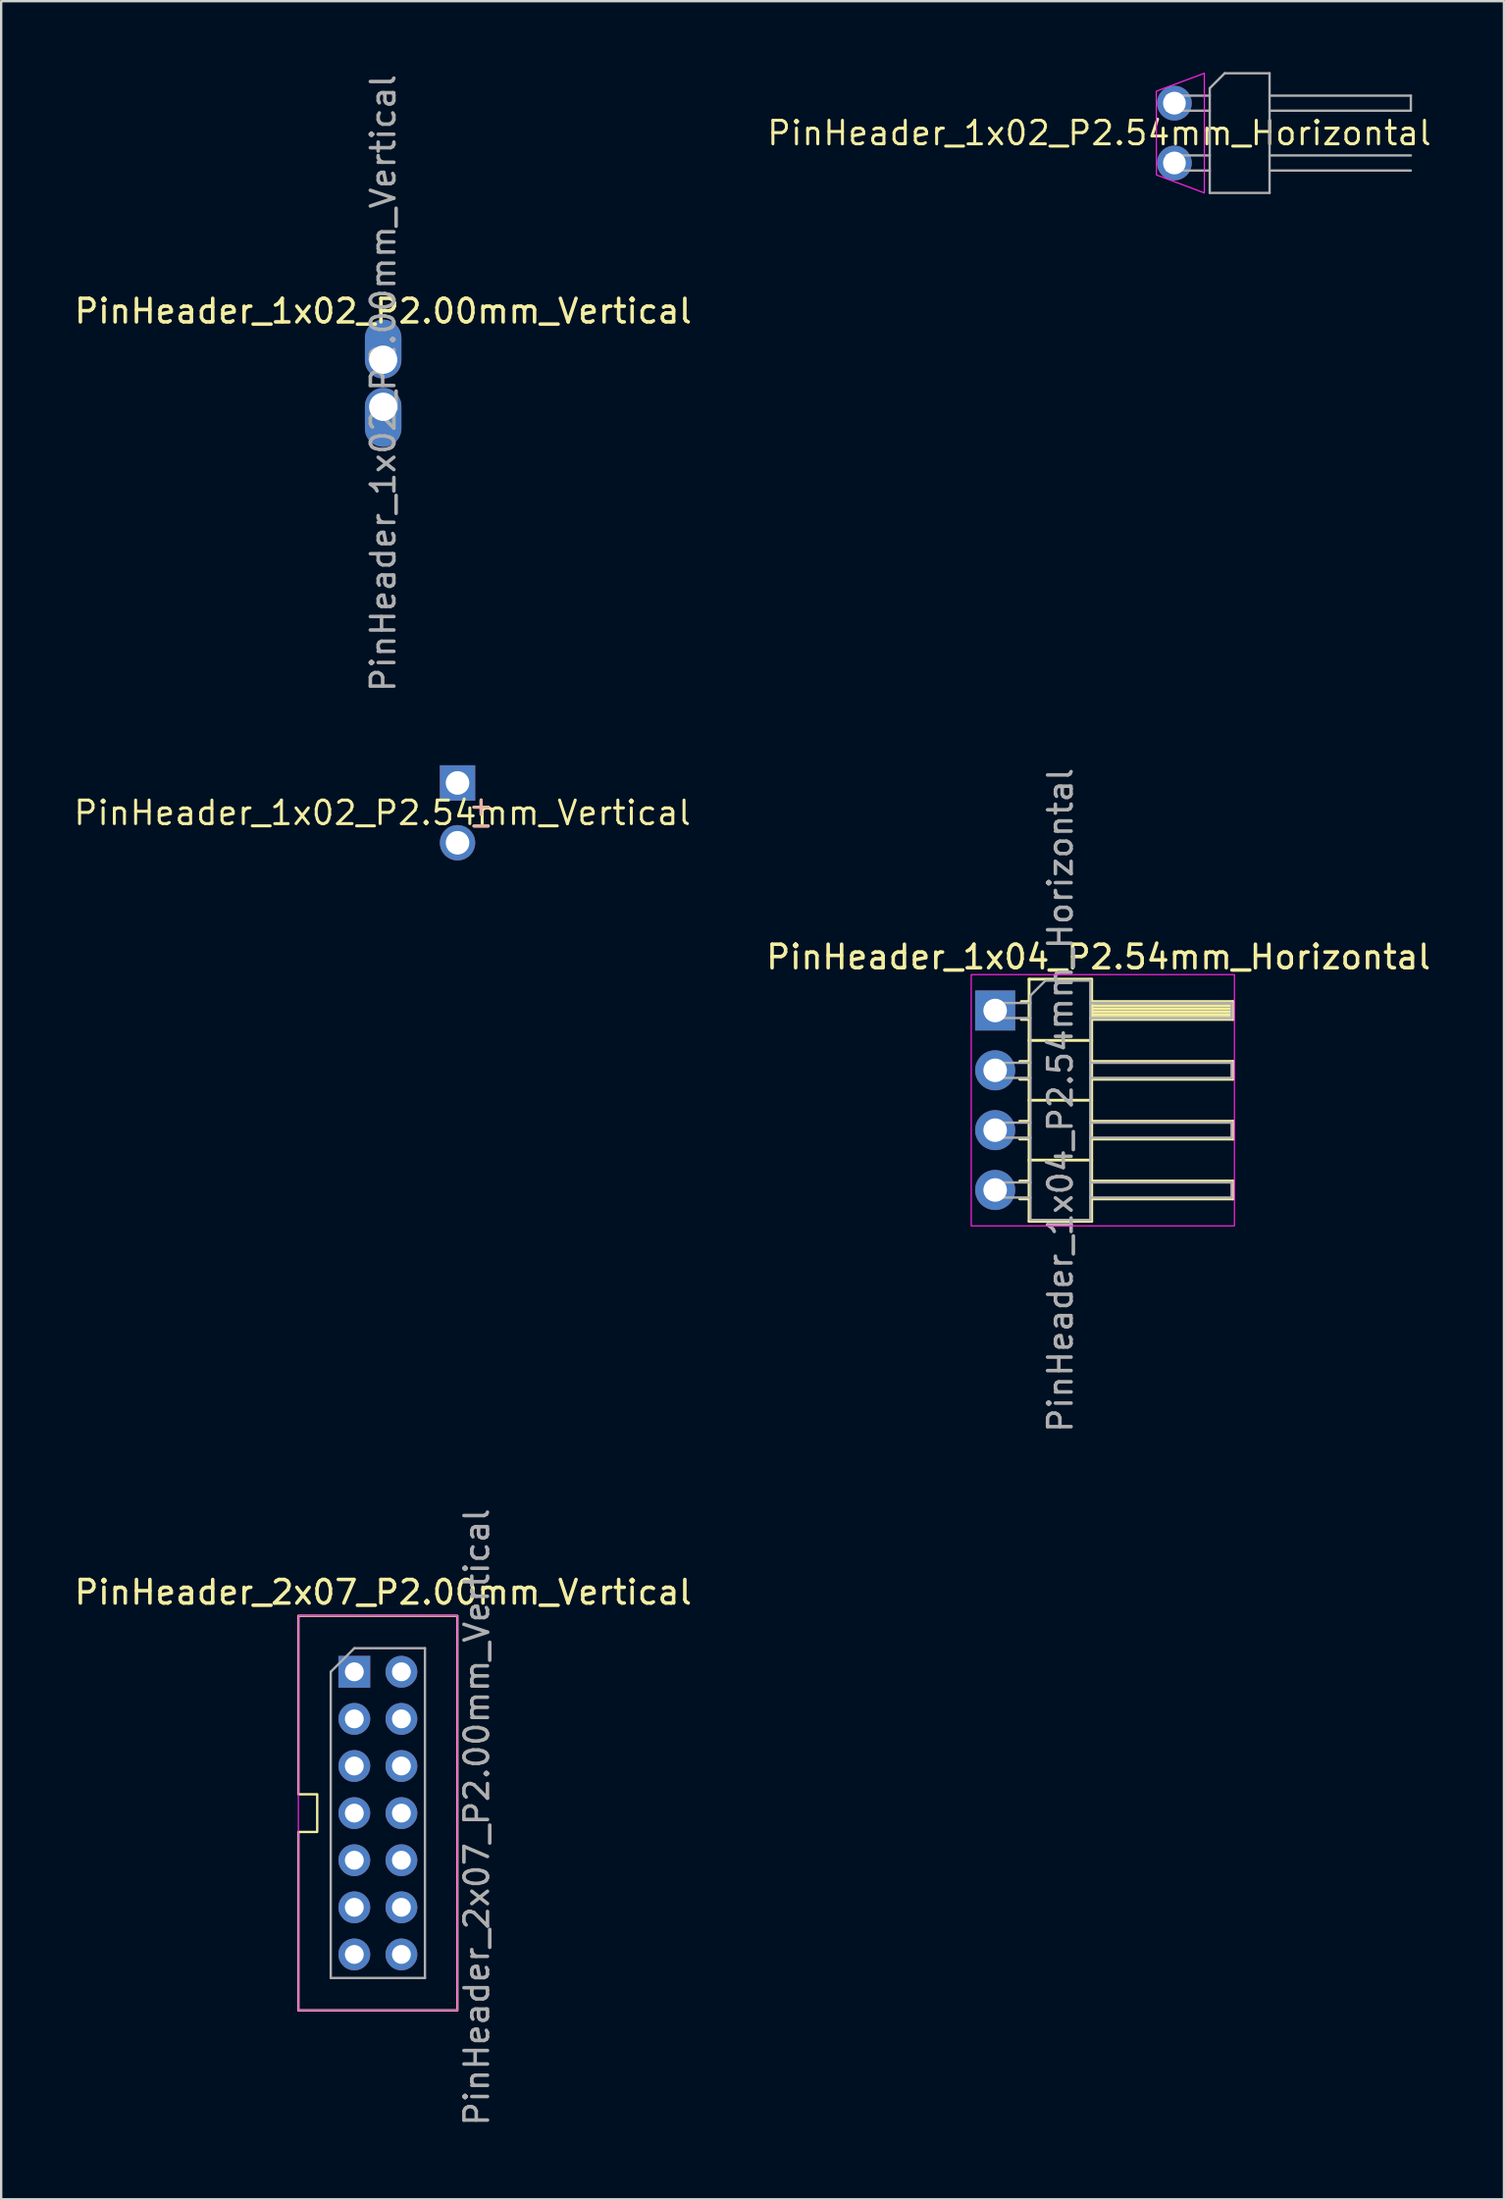
<source format=kicad_pcb>
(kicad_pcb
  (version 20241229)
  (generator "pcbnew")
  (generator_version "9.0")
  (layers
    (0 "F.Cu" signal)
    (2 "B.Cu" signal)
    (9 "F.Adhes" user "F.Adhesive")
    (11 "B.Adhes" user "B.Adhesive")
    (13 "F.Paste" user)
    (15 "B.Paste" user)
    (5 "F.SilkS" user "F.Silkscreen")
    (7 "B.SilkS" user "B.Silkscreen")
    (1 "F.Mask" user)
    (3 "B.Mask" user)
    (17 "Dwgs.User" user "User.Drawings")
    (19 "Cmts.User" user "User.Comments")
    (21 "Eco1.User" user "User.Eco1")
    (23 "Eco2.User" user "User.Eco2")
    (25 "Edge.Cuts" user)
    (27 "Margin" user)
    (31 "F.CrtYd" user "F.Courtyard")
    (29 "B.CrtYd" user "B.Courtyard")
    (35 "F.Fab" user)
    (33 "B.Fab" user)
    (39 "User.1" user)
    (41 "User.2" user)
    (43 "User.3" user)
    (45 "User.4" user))
  (footprint "PinHeader_1x02_P2.54mm_Vertical"
    (layer "F.Cu")
    (at 16.378 31.46)
    (property "Reference" "PinHeader_1x02_P2.54mm_Vertical" (at -3.192 0 180) (layer "F.SilkS") (effects (font (size 1 1) (thickness 0.127))))
    (attr through_hole)
    (fp_line (start -0.32 -1.59) (end -0.32 -0.95) (stroke (width 0.1) (type solid)) (layer "F.Fab"))
    (fp_line (start -0.32 0.95) (end -0.32 1.59) (stroke (width 0.1) (type solid)) (layer "F.Fab"))
    (fp_text user "-" (at 1 0.5 0) (unlocked yes) (layer "F.SilkS") (effects (font (size 0.8 0.8) (thickness 0.127))))
    (fp_text user "+" (at 1 -0.3 0) (unlocked yes) (layer "F.SilkS") (effects (font (size 0.8 0.8) (thickness 0.127))))
    (fp_text user "+" (at 1 -0.3 0) (unlocked yes) (layer "B.SilkS") (effects (font (size 0.8 0.8) (thickness 0.127)) (justify mirror)))
    (fp_text user "-" (at 1 0.5 0) (unlocked yes) (layer "B.SilkS") (effects (font (size 0.8 0.8) (thickness 0.127)) (justify mirror)))
    (pad "1" thru_hole rect (at 0 -1.27) (size 1.5 1.5) (drill 1) (layers "*.Cu" "*.Mask"))
    (pad "2" thru_hole oval (at 0 1.27) (size 1.5 1.5) (drill 1) (layers "*.Cu" "*.Mask")))
  (footprint "PinHeader_1x02_P2.54mm_Horizontal"
    (layer "F.Cu")
    (at 46.819 2.6)
    (property "Reference" "PinHeader_1x02_P2.54mm_Horizontal" (at -3.192 0 180) (layer "F.SilkS") (effects (font (size 1 1) (thickness 0.127))))
    (attr through_hole)
    (fp_poly (pts (xy -0.77 -1.778) (xy 1.27 -2.54) (xy 1.27 2.54) (xy -0.762 1.778)) (stroke (width 0.05) (type solid)) (fill no) (layer "F.CrtYd"))
    (fp_line (start -0.32 -1.59) (end -0.32 -0.95) (stroke (width 0.1) (type solid)) (layer "F.Fab"))
    (fp_line (start -0.32 -1.59) (end 1.5 -1.59) (stroke (width 0.1) (type solid)) (layer "F.Fab"))
    (fp_line (start -0.32 -0.95) (end 1.5 -0.95) (stroke (width 0.1) (type solid)) (layer "F.Fab"))
    (fp_line (start -0.32 0.95) (end -0.32 1.59) (stroke (width 0.1) (type solid)) (layer "F.Fab"))
    (fp_line (start -0.32 0.95) (end 1.5 0.95) (stroke (width 0.1) (type solid)) (layer "F.Fab"))
    (fp_line (start -0.32 1.59) (end 1.5 1.59) (stroke (width 0.1) (type solid)) (layer "F.Fab"))
    (fp_line (start 1.5 -1.905) (end 2.135 -2.54) (stroke (width 0.1) (type solid)) (layer "F.Fab"))
    (fp_line (start 1.5 2.54) (end 1.5 -1.905) (stroke (width 0.1) (type solid)) (layer "F.Fab"))
    (fp_line (start 2.135 -2.54) (end 4.04 -2.54) (stroke (width 0.1) (type solid)) (layer "F.Fab"))
    (fp_line (start 4.04 -2.54) (end 4.04 2.54) (stroke (width 0.1) (type solid)) (layer "F.Fab"))
    (fp_line (start 4.04 -1.59) (end 10.04 -1.59) (stroke (width 0.1) (type solid)) (layer "F.Fab"))
    (fp_line (start 4.04 -0.95) (end 10.04 -0.95) (stroke (width 0.1) (type solid)) (layer "F.Fab"))
    (fp_line (start 4.04 0.95) (end 10.04 0.95) (stroke (width 0.1) (type solid)) (layer "F.Fab"))
    (fp_line (start 4.04 1.59) (end 10.04 1.59) (stroke (width 0.1) (type solid)) (layer "F.Fab"))
    (fp_line (start 4.04 2.54) (end 1.5 2.54) (stroke (width 0.1) (type solid)) (layer "F.Fab"))
    (fp_line (start 10.04 -1.59) (end 10.04 -0.95) (stroke (width 0.1) (type solid)) (layer "F.Fab"))
    (fp_rect (start 1.524 2.54) (end 4.064 -2.54) (stroke (width 0.12) (type solid)) (fill no) (layer "User.1"))
    (pad "1" thru_hole circle (at 0 -1.27) (size 1.473 1.473) (drill 0.965) (layers "*.Cu" "*.Mask"))
    (pad "2" thru_hole circle (at 0 1.27) (size 1.473 1.473) (drill 0.965) (layers "*.Cu" "*.Mask")))
  (footprint "PinHeader_2x07_P2.00mm_Vertical"
    (layer "F.Cu")
    (at 11.995 67.926)
    (property "Reference" "PinHeader_2x07_P2.00mm_Vertical" (at 1.225 -3.375 0) (layer "F.SilkS") (effects (font (size 1 1) (thickness 0.15))))
    (attr through_hole)
    (fp_poly (pts (xy -2.375 6.8) (xy -1.575 6.8) (xy -1.575 5.2) (xy -2.375 5.2) (xy -2.375 -2.375) (xy 4.375 -2.375) (xy 4.375 14.375) (xy -2.375 14.375)) (stroke (width 0.1) (type solid)) (fill no) (layer "F.SilkS"))
    (fp_rect (start -2.375 -2.375) (end 4.375 14.375) (stroke (width 0.05) (type default)) (fill no) (layer "F.CrtYd"))
    (fp_line (start -1 0) (end 0 -1) (stroke (width 0.1) (type solid)) (layer "F.Fab"))
    (fp_line (start -1 13) (end -1 0) (stroke (width 0.1) (type solid)) (layer "F.Fab"))
    (fp_line (start 0 -1) (end 3 -1) (stroke (width 0.1) (type solid)) (layer "F.Fab"))
    (fp_line (start 3 -1) (end 3 13) (stroke (width 0.1) (type solid)) (layer "F.Fab"))
    (fp_line (start 3 13) (end -1 13) (stroke (width 0.1) (type solid)) (layer "F.Fab"))
    (fp_text user "${REFERENCE}" (at 5.2 6.175 270) (layer "F.Fab") (effects (font (size 1 1) (thickness 0.15))))
    (pad "1" thru_hole rect (at 0 0) (size 1.35 1.35) (drill 0.8) (layers "*.Cu" "*.Mask"))
    (pad "2" thru_hole oval (at 2 0) (size 1.35 1.35) (drill 0.8) (layers "*.Cu" "*.Mask"))
    (pad "3" thru_hole oval (at 0 2) (size 1.35 1.35) (drill 0.8) (layers "*.Cu" "*.Mask"))
    (pad "4" thru_hole oval (at 2 2) (size 1.35 1.35) (drill 0.8) (layers "*.Cu" "*.Mask"))
    (pad "5" thru_hole oval (at 0 4) (size 1.35 1.35) (drill 0.8) (layers "*.Cu" "*.Mask"))
    (pad "6" thru_hole oval (at 2 4) (size 1.35 1.35) (drill 0.8) (layers "*.Cu" "*.Mask"))
    (pad "7" thru_hole oval (at 0 6) (size 1.35 1.35) (drill 0.8) (layers "*.Cu" "*.Mask"))
    (pad "8" thru_hole oval (at 2 6) (size 1.35 1.35) (drill 0.8) (layers "*.Cu" "*.Mask"))
    (pad "9" thru_hole oval (at 0 8) (size 1.35 1.35) (drill 0.8) (layers "*.Cu" "*.Mask"))
    (pad "10" thru_hole oval (at 2 8) (size 1.35 1.35) (drill 0.8) (layers "*.Cu" "*.Mask"))
    (pad "11" thru_hole oval (at 0 10) (size 1.35 1.35) (drill 0.8) (layers "*.Cu" "*.Mask"))
    (pad "12" thru_hole oval (at 2 10) (size 1.35 1.35) (drill 0.8) (layers "*.Cu" "*.Mask"))
    (pad "13" thru_hole oval (at 0 12) (size 1.35 1.35) (drill 0.8) (layers "*.Cu" "*.Mask"))
    (pad "14" thru_hole oval (at 2 12) (size 1.35 1.35) (drill 0.8) (layers "*.Cu" "*.Mask")))
  (footprint "PinHeader_1x02_P2.00mm_Vertical"
    (layer "F.Cu")
    (at 13.22 12.22)
    (property "Reference" "PinHeader_1x02_P2.00mm_Vertical" (at 0 -2.06 180) (layer "F.SilkS") (effects (font (size 1 1) (thickness 0.15))))
    (attr through_hole)
    (fp_text user "${REFERENCE}" (at 0 1 90) (layer "F.Fab") (effects (font (size 1 1) (thickness 0.15))))
    (pad "1" thru_hole oval (at 0 0 90) (size 2.5 1.55) (drill 1.2 (offset 0.45 0)) (layers "*.Cu" "*.Mask"))
    (pad "2" thru_hole oval (at 0 2 270) (size 2.5 1.55) (drill 1.2 (offset 0.45 0)) (layers "*.Cu" "*.Mask")))
  (footprint "PinHeader_1x04_P2.54mm_Horizontal"
    (layer "F.Cu")
    (at 39.207 39.851)
    (property "Reference" "PinHeader_1x04_P2.54mm_Horizontal" (at 4.385 -2.27 180) (layer "F.SilkS") (effects (font (size 1 1) (thickness 0.15))))
    (attr through_hole)
    (fp_line (start 1.043 2.16) (end 1.44 2.16) (stroke (width 0.12) (type solid)) (layer "F.SilkS"))
    (fp_line (start 1.043 2.92) (end 1.44 2.92) (stroke (width 0.12) (type solid)) (layer "F.SilkS"))
    (fp_line (start 1.043 4.7) (end 1.44 4.7) (stroke (width 0.12) (type solid)) (layer "F.SilkS"))
    (fp_line (start 1.043 5.46) (end 1.44 5.46) (stroke (width 0.12) (type solid)) (layer "F.SilkS"))
    (fp_line (start 1.043 7.24) (end 1.44 7.24) (stroke (width 0.12) (type solid)) (layer "F.SilkS"))
    (fp_line (start 1.043 8) (end 1.44 8) (stroke (width 0.12) (type solid)) (layer "F.SilkS"))
    (fp_line (start 1.11 -0.38) (end 1.44 -0.38) (stroke (width 0.12) (type solid)) (layer "F.SilkS"))
    (fp_line (start 1.11 0.38) (end 1.44 0.38) (stroke (width 0.12) (type solid)) (layer "F.SilkS"))
    (fp_line (start 1.44 -1.33) (end 1.44 8.95) (stroke (width 0.12) (type solid)) (layer "F.SilkS"))
    (fp_line (start 1.44 1.27) (end 4.1 1.27) (stroke (width 0.12) (type solid)) (layer "F.SilkS"))
    (fp_line (start 1.44 3.81) (end 4.1 3.81) (stroke (width 0.12) (type solid)) (layer "F.SilkS"))
    (fp_line (start 1.44 6.35) (end 4.1 6.35) (stroke (width 0.12) (type solid)) (layer "F.SilkS"))
    (fp_line (start 1.44 8.95) (end 4.1 8.95) (stroke (width 0.12) (type solid)) (layer "F.SilkS"))
    (fp_line (start 4.1 -1.33) (end 1.44 -1.33) (stroke (width 0.12) (type solid)) (layer "F.SilkS"))
    (fp_line (start 4.1 -0.38) (end 10.1 -0.38) (stroke (width 0.12) (type solid)) (layer "F.SilkS"))
    (fp_line (start 4.1 -0.32) (end 10.1 -0.32) (stroke (width 0.12) (type solid)) (layer "F.SilkS"))
    (fp_line (start 4.1 -0.2) (end 10.1 -0.2) (stroke (width 0.12) (type solid)) (layer "F.SilkS"))
    (fp_line (start 4.1 -0.08) (end 10.1 -0.08) (stroke (width 0.12) (type solid)) (layer "F.SilkS"))
    (fp_line (start 4.1 0.04) (end 10.1 0.04) (stroke (width 0.12) (type solid)) (layer "F.SilkS"))
    (fp_line (start 4.1 0.16) (end 10.1 0.16) (stroke (width 0.12) (type solid)) (layer "F.SilkS"))
    (fp_line (start 4.1 0.28) (end 10.1 0.28) (stroke (width 0.12) (type solid)) (layer "F.SilkS"))
    (fp_line (start 4.1 2.16) (end 10.1 2.16) (stroke (width 0.12) (type solid)) (layer "F.SilkS"))
    (fp_line (start 4.1 4.7) (end 10.1 4.7) (stroke (width 0.12) (type solid)) (layer "F.SilkS"))
    (fp_line (start 4.1 7.24) (end 10.1 7.24) (stroke (width 0.12) (type solid)) (layer "F.SilkS"))
    (fp_line (start 4.1 8.95) (end 4.1 -1.33) (stroke (width 0.12) (type solid)) (layer "F.SilkS"))
    (fp_line (start 10.1 -0.38) (end 10.1 0.38) (stroke (width 0.12) (type solid)) (layer "F.SilkS"))
    (fp_line (start 10.1 0.38) (end 4.1 0.38) (stroke (width 0.12) (type solid)) (layer "F.SilkS"))
    (fp_line (start 10.1 2.16) (end 10.1 2.92) (stroke (width 0.12) (type solid)) (layer "F.SilkS"))
    (fp_line (start 10.1 2.92) (end 4.1 2.92) (stroke (width 0.12) (type solid)) (layer "F.SilkS"))
    (fp_line (start 10.1 4.7) (end 10.1 5.46) (stroke (width 0.12) (type solid)) (layer "F.SilkS"))
    (fp_line (start 10.1 5.46) (end 4.1 5.46) (stroke (width 0.12) (type solid)) (layer "F.SilkS"))
    (fp_line (start 10.1 7.24) (end 10.1 8) (stroke (width 0.12) (type solid)) (layer "F.SilkS"))
    (fp_line (start 10.1 8) (end 4.1 8) (stroke (width 0.12) (type solid)) (layer "F.SilkS"))
    (fp_rect (start -1.016 -1.524) (end 10.16 9.144) (stroke (width 0.05) (type solid)) (fill no) (layer "F.CrtYd"))
    (fp_line (start -0.32 -0.32) (end -0.32 0.32) (stroke (width 0.1) (type solid)) (layer "F.Fab"))
    (fp_line (start -0.32 -0.32) (end 1.5 -0.32) (stroke (width 0.1) (type solid)) (layer "F.Fab"))
    (fp_line (start -0.32 0.32) (end 1.5 0.32) (stroke (width 0.1) (type solid)) (layer "F.Fab"))
    (fp_line (start -0.32 2.22) (end -0.32 2.86) (stroke (width 0.1) (type solid)) (layer "F.Fab"))
    (fp_line (start -0.32 2.22) (end 1.5 2.22) (stroke (width 0.1) (type solid)) (layer "F.Fab"))
    (fp_line (start -0.32 2.86) (end 1.5 2.86) (stroke (width 0.1) (type solid)) (layer "F.Fab"))
    (fp_line (start -0.32 4.76) (end -0.32 5.4) (stroke (width 0.1) (type solid)) (layer "F.Fab"))
    (fp_line (start -0.32 4.76) (end 1.5 4.76) (stroke (width 0.1) (type solid)) (layer "F.Fab"))
    (fp_line (start -0.32 5.4) (end 1.5 5.4) (stroke (width 0.1) (type solid)) (layer "F.Fab"))
    (fp_line (start -0.32 7.3) (end -0.32 7.94) (stroke (width 0.1) (type solid)) (layer "F.Fab"))
    (fp_line (start -0.32 7.3) (end 1.5 7.3) (stroke (width 0.1) (type solid)) (layer "F.Fab"))
    (fp_line (start -0.32 7.94) (end 1.5 7.94) (stroke (width 0.1) (type solid)) (layer "F.Fab"))
    (fp_line (start 1.5 -0.635) (end 2.135 -1.27) (stroke (width 0.1) (type solid)) (layer "F.Fab"))
    (fp_line (start 1.5 8.89) (end 1.5 -0.635) (stroke (width 0.1) (type solid)) (layer "F.Fab"))
    (fp_line (start 2.135 -1.27) (end 4.04 -1.27) (stroke (width 0.1) (type solid)) (layer "F.Fab"))
    (fp_line (start 4.04 -1.27) (end 4.04 8.89) (stroke (width 0.1) (type solid)) (layer "F.Fab"))
    (fp_line (start 4.04 -0.32) (end 10.04 -0.32) (stroke (width 0.1) (type solid)) (layer "F.Fab"))
    (fp_line (start 4.04 0.32) (end 10.04 0.32) (stroke (width 0.1) (type solid)) (layer "F.Fab"))
    (fp_line (start 4.04 2.22) (end 10.04 2.22) (stroke (width 0.1) (type solid)) (layer "F.Fab"))
    (fp_line (start 4.04 2.86) (end 10.04 2.86) (stroke (width 0.1) (type solid)) (layer "F.Fab"))
    (fp_line (start 4.04 4.76) (end 10.04 4.76) (stroke (width 0.1) (type solid)) (layer "F.Fab"))
    (fp_line (start 4.04 5.4) (end 10.04 5.4) (stroke (width 0.1) (type solid)) (layer "F.Fab"))
    (fp_line (start 4.04 7.3) (end 10.04 7.3) (stroke (width 0.1) (type solid)) (layer "F.Fab"))
    (fp_line (start 4.04 7.94) (end 10.04 7.94) (stroke (width 0.1) (type solid)) (layer "F.Fab"))
    (fp_line (start 4.04 8.89) (end 1.5 8.89) (stroke (width 0.1) (type solid)) (layer "F.Fab"))
    (fp_line (start 10.04 -0.32) (end 10.04 0.32) (stroke (width 0.1) (type solid)) (layer "F.Fab"))
    (fp_line (start 10.04 2.22) (end 10.04 2.86) (stroke (width 0.1) (type solid)) (layer "F.Fab"))
    (fp_line (start 10.04 4.76) (end 10.04 5.4) (stroke (width 0.1) (type solid)) (layer "F.Fab"))
    (fp_line (start 10.04 7.3) (end 10.04 7.94) (stroke (width 0.1) (type solid)) (layer "F.Fab"))
    (fp_text user "${REFERENCE}" (at 2.77 3.81 90) (layer "F.Fab") (effects (font (size 1 1) (thickness 0.15))))
    (pad "1" thru_hole rect (at 0 0) (size 1.7 1.7) (drill 1) (layers "*.Cu" "*.Mask"))
    (pad "2" thru_hole oval (at 0 2.54) (size 1.7 1.7) (drill 1) (layers "*.Cu" "*.Mask"))
    (pad "3" thru_hole oval (at 0 5.08) (size 1.7 1.7) (drill 1) (layers "*.Cu" "*.Mask"))
    (pad "4" thru_hole oval (at 0 7.62) (size 1.7 1.7) (drill 1) (layers "*.Cu" "*.Mask")))
  (gr_rect
    (start -3 -3)
    (end 60.812 90.321)
    (stroke (width 0.1) (type default))
    (fill no)
    (layer "Edge.Cuts")))
</source>
